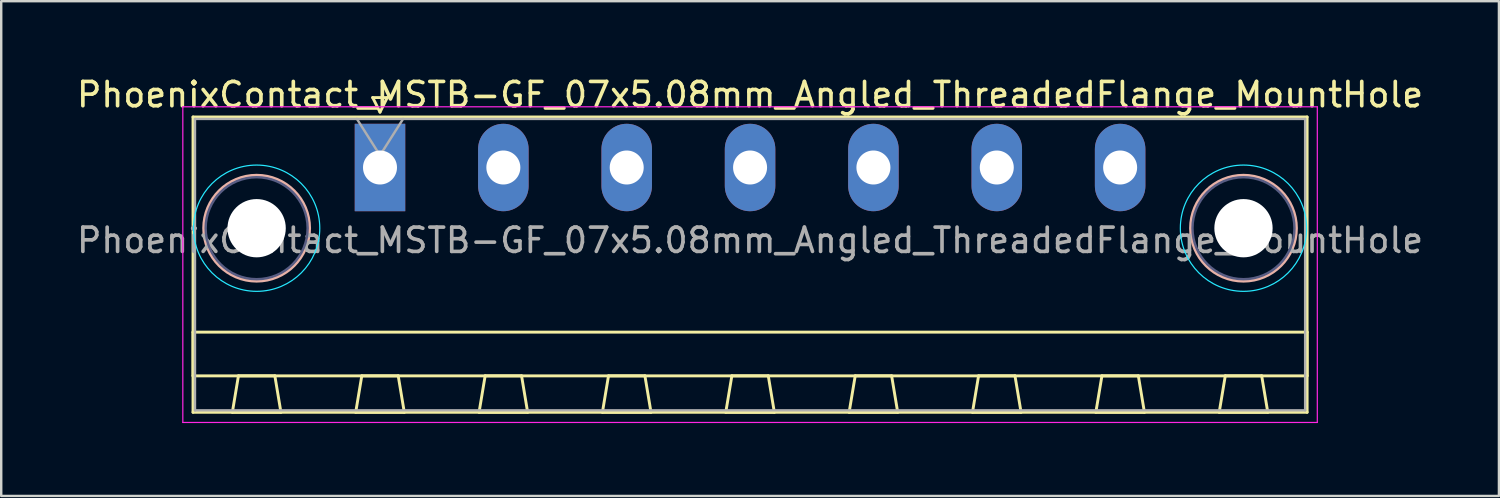
<source format=kicad_pcb>
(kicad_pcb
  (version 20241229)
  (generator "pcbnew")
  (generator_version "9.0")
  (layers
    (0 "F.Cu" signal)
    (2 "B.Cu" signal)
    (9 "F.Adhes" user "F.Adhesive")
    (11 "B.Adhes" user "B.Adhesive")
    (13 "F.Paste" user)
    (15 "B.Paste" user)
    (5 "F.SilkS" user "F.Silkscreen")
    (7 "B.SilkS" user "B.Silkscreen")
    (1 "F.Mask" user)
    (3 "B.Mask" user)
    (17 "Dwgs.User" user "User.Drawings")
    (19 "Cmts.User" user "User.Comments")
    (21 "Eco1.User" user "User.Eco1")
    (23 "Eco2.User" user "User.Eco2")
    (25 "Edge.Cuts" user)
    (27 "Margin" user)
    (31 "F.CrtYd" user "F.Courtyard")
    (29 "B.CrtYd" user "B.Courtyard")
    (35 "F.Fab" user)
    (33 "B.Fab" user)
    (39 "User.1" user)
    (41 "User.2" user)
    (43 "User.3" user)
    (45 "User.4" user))
  (footprint "PhoenixContact_MSTB-GF_07x5.08mm_Angled_ThreadedFlange_MountHole"
    (layer "F.Cu")
    (at 12.599 3.848)
    (property "Reference" "PhoenixContact_MSTB-GF_07x5.08mm_Angled_ThreadedFlange_MountHole" (at 15.24 -3 0) (layer "F.SilkS") (effects (font (size 1 1) (thickness 0.15))))
    (attr through_hole)
    (fp_line (start -7.7 -2.08) (end -7.7 10.08) (stroke (width 0.12) (type solid)) (layer "F.SilkS"))
    (fp_line (start -7.7 6.78) (end 38.18 6.78) (stroke (width 0.12) (type solid)) (layer "F.SilkS"))
    (fp_line (start -7.7 8.58) (end -7.7 6.78) (stroke (width 0.12) (type solid)) (layer "F.SilkS"))
    (fp_line (start -7.7 10.08) (end 38.18 10.08) (stroke (width 0.12) (type solid)) (layer "F.SilkS"))
    (fp_line (start -6.08 10.08) (end -4.08 10.08) (stroke (width 0.12) (type solid)) (layer "F.SilkS"))
    (fp_line (start -5.83 8.58) (end -6.08 10.08) (stroke (width 0.12) (type solid)) (layer "F.SilkS"))
    (fp_line (start -4.33 8.58) (end -5.83 8.58) (stroke (width 0.12) (type solid)) (layer "F.SilkS"))
    (fp_line (start -4.08 10.08) (end -4.33 8.58) (stroke (width 0.12) (type solid)) (layer "F.SilkS"))
    (fp_line (start -1 10.08) (end 1 10.08) (stroke (width 0.12) (type solid)) (layer "F.SilkS"))
    (fp_line (start -0.75 8.58) (end -1 10.08) (stroke (width 0.12) (type solid)) (layer "F.SilkS"))
    (fp_line (start -0.3 -2.88) (end 0.3 -2.88) (stroke (width 0.12) (type solid)) (layer "F.SilkS"))
    (fp_line (start 0 -2.28) (end -0.3 -2.88) (stroke (width 0.12) (type solid)) (layer "F.SilkS"))
    (fp_line (start 0.3 -2.88) (end 0 -2.28) (stroke (width 0.12) (type solid)) (layer "F.SilkS"))
    (fp_line (start 0.75 8.58) (end -0.75 8.58) (stroke (width 0.12) (type solid)) (layer "F.SilkS"))
    (fp_line (start 1 10.08) (end 0.75 8.58) (stroke (width 0.12) (type solid)) (layer "F.SilkS"))
    (fp_line (start 4.08 10.08) (end 6.08 10.08) (stroke (width 0.12) (type solid)) (layer "F.SilkS"))
    (fp_line (start 4.33 8.58) (end 4.08 10.08) (stroke (width 0.12) (type solid)) (layer "F.SilkS"))
    (fp_line (start 5.83 8.58) (end 4.33 8.58) (stroke (width 0.12) (type solid)) (layer "F.SilkS"))
    (fp_line (start 6.08 10.08) (end 5.83 8.58) (stroke (width 0.12) (type solid)) (layer "F.SilkS"))
    (fp_line (start 9.16 10.08) (end 11.16 10.08) (stroke (width 0.12) (type solid)) (layer "F.SilkS"))
    (fp_line (start 9.41 8.58) (end 9.16 10.08) (stroke (width 0.12) (type solid)) (layer "F.SilkS"))
    (fp_line (start 10.91 8.58) (end 9.41 8.58) (stroke (width 0.12) (type solid)) (layer "F.SilkS"))
    (fp_line (start 11.16 10.08) (end 10.91 8.58) (stroke (width 0.12) (type solid)) (layer "F.SilkS"))
    (fp_line (start 14.24 10.08) (end 16.24 10.08) (stroke (width 0.12) (type solid)) (layer "F.SilkS"))
    (fp_line (start 14.49 8.58) (end 14.24 10.08) (stroke (width 0.12) (type solid)) (layer "F.SilkS"))
    (fp_line (start 15.99 8.58) (end 14.49 8.58) (stroke (width 0.12) (type solid)) (layer "F.SilkS"))
    (fp_line (start 16.24 10.08) (end 15.99 8.58) (stroke (width 0.12) (type solid)) (layer "F.SilkS"))
    (fp_line (start 19.32 10.08) (end 21.32 10.08) (stroke (width 0.12) (type solid)) (layer "F.SilkS"))
    (fp_line (start 19.57 8.58) (end 19.32 10.08) (stroke (width 0.12) (type solid)) (layer "F.SilkS"))
    (fp_line (start 21.07 8.58) (end 19.57 8.58) (stroke (width 0.12) (type solid)) (layer "F.SilkS"))
    (fp_line (start 21.32 10.08) (end 21.07 8.58) (stroke (width 0.12) (type solid)) (layer "F.SilkS"))
    (fp_line (start 24.4 10.08) (end 26.4 10.08) (stroke (width 0.12) (type solid)) (layer "F.SilkS"))
    (fp_line (start 24.65 8.58) (end 24.4 10.08) (stroke (width 0.12) (type solid)) (layer "F.SilkS"))
    (fp_line (start 26.15 8.58) (end 24.65 8.58) (stroke (width 0.12) (type solid)) (layer "F.SilkS"))
    (fp_line (start 26.4 10.08) (end 26.15 8.58) (stroke (width 0.12) (type solid)) (layer "F.SilkS"))
    (fp_line (start 29.48 10.08) (end 31.48 10.08) (stroke (width 0.12) (type solid)) (layer "F.SilkS"))
    (fp_line (start 29.73 8.58) (end 29.48 10.08) (stroke (width 0.12) (type solid)) (layer "F.SilkS"))
    (fp_line (start 31.23 8.58) (end 29.73 8.58) (stroke (width 0.12) (type solid)) (layer "F.SilkS"))
    (fp_line (start 31.48 10.08) (end 31.23 8.58) (stroke (width 0.12) (type solid)) (layer "F.SilkS"))
    (fp_line (start 34.56 10.08) (end 36.56 10.08) (stroke (width 0.12) (type solid)) (layer "F.SilkS"))
    (fp_line (start 34.81 8.58) (end 34.56 10.08) (stroke (width 0.12) (type solid)) (layer "F.SilkS"))
    (fp_line (start 36.31 8.58) (end 34.81 8.58) (stroke (width 0.12) (type solid)) (layer "F.SilkS"))
    (fp_line (start 36.56 10.08) (end 36.31 8.58) (stroke (width 0.12) (type solid)) (layer "F.SilkS"))
    (fp_line (start 38.18 -2.08) (end -7.7 -2.08) (stroke (width 0.12) (type solid)) (layer "F.SilkS"))
    (fp_line (start 38.18 6.78) (end 38.18 8.58) (stroke (width 0.12) (type solid)) (layer "F.SilkS"))
    (fp_line (start 38.18 8.58) (end -7.7 8.58) (stroke (width 0.12) (type solid)) (layer "F.SilkS"))
    (fp_line (start 38.18 10.08) (end 38.18 -2.08) (stroke (width 0.12) (type solid)) (layer "F.SilkS"))
    (fp_circle (center -5.08 2.5) (end -2.9 2.5) (stroke (width 0.12) (type solid)) (fill no) (layer "B.SilkS"))
    (fp_circle (center 35.56 2.5) (end 37.74 2.5) (stroke (width 0.12) (type solid)) (fill no) (layer "B.SilkS"))
    (fp_circle (center -5.08 2.5) (end -2.48 2.5) (stroke (width 0.05) (type solid)) (fill no) (layer "B.CrtYd"))
    (fp_circle (center 35.56 2.5) (end 38.16 2.5) (stroke (width 0.05) (type solid)) (fill no) (layer "B.CrtYd"))
    (fp_line (start -8.12 -2.5) (end -8.12 10.5) (stroke (width 0.05) (type solid)) (layer "F.CrtYd"))
    (fp_line (start -8.12 10.5) (end 38.6 10.5) (stroke (width 0.05) (type solid)) (layer "F.CrtYd"))
    (fp_line (start 38.6 -2.5) (end -8.12 -2.5) (stroke (width 0.05) (type solid)) (layer "F.CrtYd"))
    (fp_line (start 38.6 10.5) (end 38.6 -2.5) (stroke (width 0.05) (type solid)) (layer "F.CrtYd"))
    (fp_circle (center -5.08 2.5) (end -2.98 2.5) (stroke (width 0.1) (type solid)) (fill no) (layer "B.Fab"))
    (fp_circle (center 35.56 2.5) (end 37.66 2.5) (stroke (width 0.1) (type solid)) (fill no) (layer "B.Fab"))
    (fp_line (start -7.62 -2) (end -7.62 10) (stroke (width 0.1) (type solid)) (layer "F.Fab"))
    (fp_line (start -7.62 10) (end 38.1 10) (stroke (width 0.1) (type solid)) (layer "F.Fab"))
    (fp_line (start 0 -0.5) (end -0.95 -2) (stroke (width 0.1) (type solid)) (layer "F.Fab"))
    (fp_line (start 0.95 -2) (end 0 -0.5) (stroke (width 0.1) (type solid)) (layer "F.Fab"))
    (fp_line (start 38.1 -2) (end -7.62 -2) (stroke (width 0.1) (type solid)) (layer "F.Fab"))
    (fp_line (start 38.1 10) (end 38.1 -2) (stroke (width 0.1) (type solid)) (layer "F.Fab"))
    (fp_text user "${REFERENCE}" (at 15.24 3 0) (layer "F.Fab") (effects (font (size 1 1) (thickness 0.15))))
    (pad "" np_thru_hole circle (at -5.08 2.5) (size 2.4 2.4) (drill 2.4) (layers "*.Cu" "*.Mask"))
    (pad "" np_thru_hole circle (at 35.56 2.5) (size 2.4 2.4) (drill 2.4) (layers "*.Cu" "*.Mask"))
    (pad "1" thru_hole rect (at 0 0) (size 2.08 3.6) (drill 1.4) (layers "*.Cu" "*.Mask"))
    (pad "2" thru_hole oval (at 5.08 0) (size 2.08 3.6) (drill 1.4) (layers "*.Cu" "*.Mask"))
    (pad "3" thru_hole oval (at 10.16 0) (size 2.08 3.6) (drill 1.4) (layers "*.Cu" "*.Mask"))
    (pad "4" thru_hole oval (at 15.24 0) (size 2.08 3.6) (drill 1.4) (layers "*.Cu" "*.Mask"))
    (pad "5" thru_hole oval (at 20.32 0) (size 2.08 3.6) (drill 1.4) (layers "*.Cu" "*.Mask"))
    (pad "6" thru_hole oval (at 25.4 0) (size 2.08 3.6) (drill 1.4) (layers "*.Cu" "*.Mask"))
    (pad "7" thru_hole oval (at 30.48 0) (size 2.08 3.6) (drill 1.4) (layers "*.Cu" "*.Mask")))
  (gr_rect
    (start -3 -3)
    (end 58.679 17.373)
    (stroke (width 0.1) (type default))
    (fill no)
    (layer "Edge.Cuts")))
</source>
